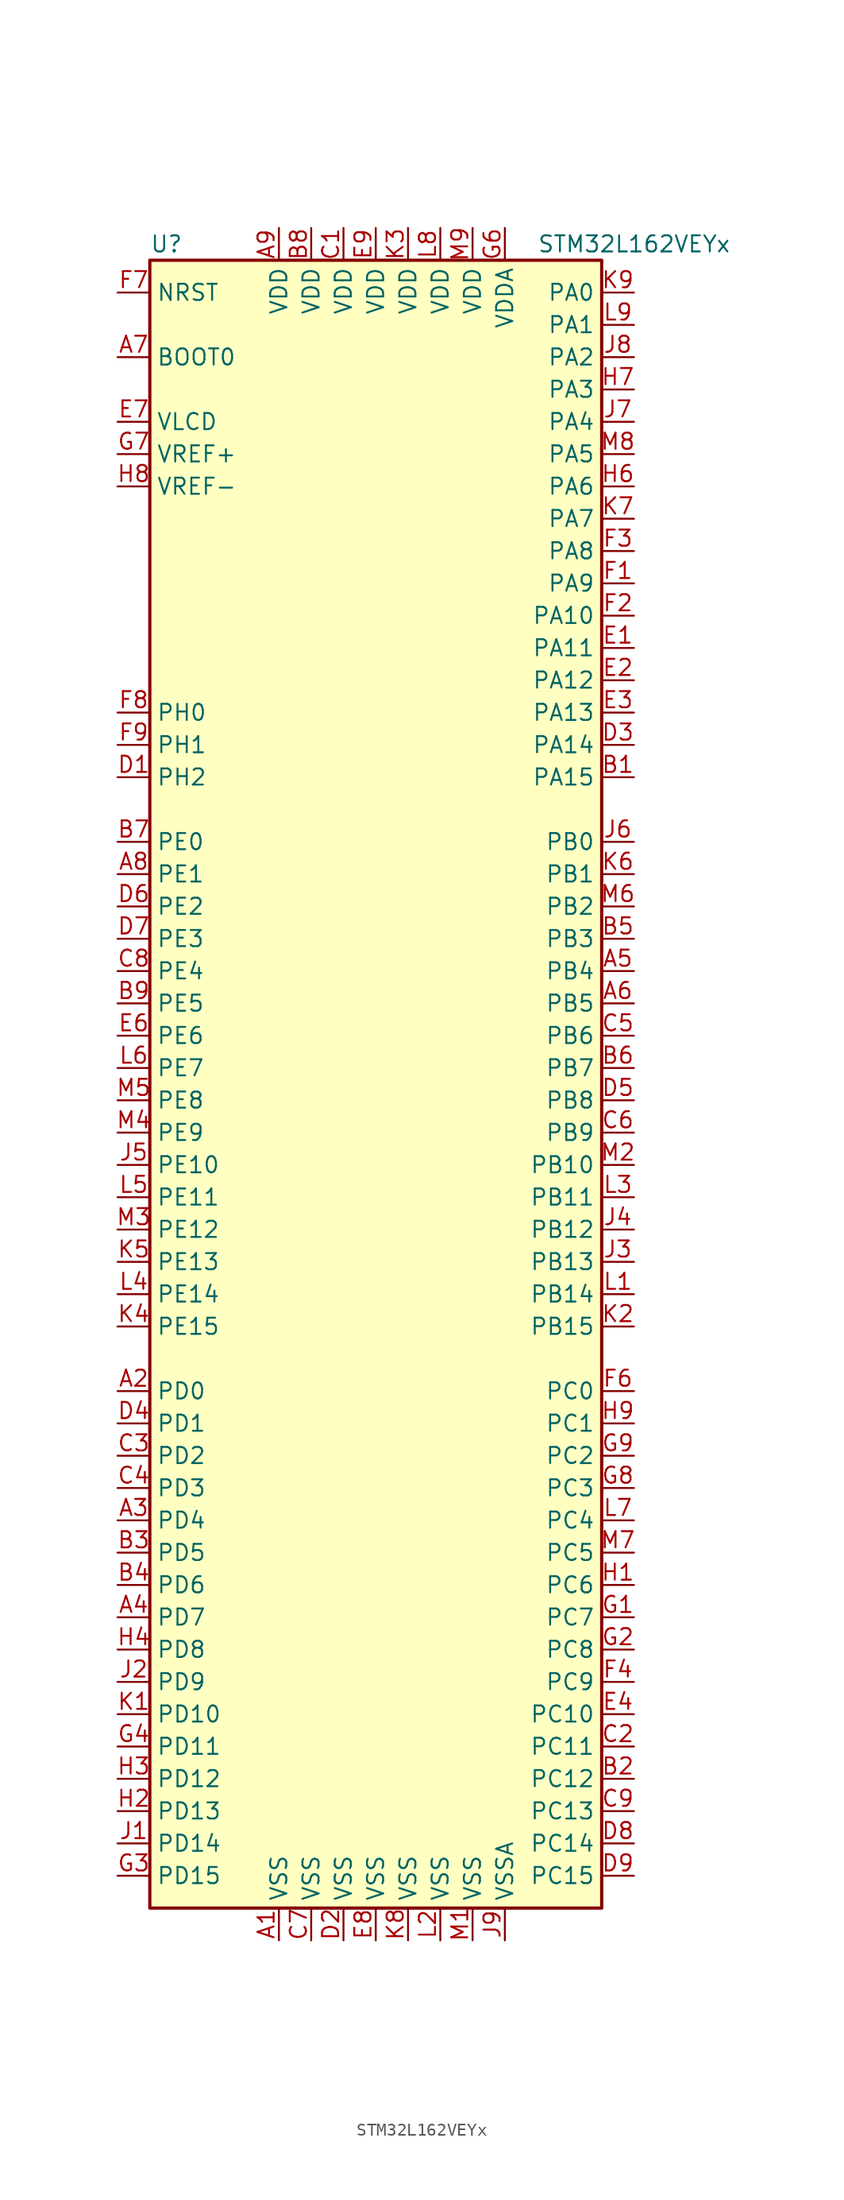
<source format=kicad_sym>
(kicad_symbol_lib
  (version 20201005)
  (generator kicad_symbol_editor)
  (symbol "STM32L162VEYx"
    (property "Reference" "U"
      (at -17.78 64.77 0)
      (effects (font (size 1.27 1.27)) (justify left)))
    (property "Value" "STM32L162VEYx"
      (at 12.7 64.77 0)
      (effects (font (size 1.27 1.27)) (justify left)))
    (symbol "STM32L162VEYx_0_1"
      (rectangle (start -17.78 -66.04) (end 17.78 63.5) (stroke (width 0.254)) (fill (type background))))
    (symbol "STM32L162VEYx_1_1"
      (pin input line (at -20.32 55.88 0) (length 2.54) (name "BOOT0" (effects (font (size 1.27 1.27)))) (number "A7" (effects (font (size 1.27 1.27)))))
      (pin input line (at -20.32 60.96 0) (length 2.54) (name "NRST" (effects (font (size 1.27 1.27)))) (number "F7" (effects (font (size 1.27 1.27)))))
      (pin bidirectional line (at 20.32 60.96 180) (length 2.54) (name "PA0" (effects (font (size 1.27 1.27)))) (number "K9" (effects (font (size 1.27 1.27)))))
      (pin bidirectional line (at 20.32 58.42 180) (length 2.54) (name "PA1" (effects (font (size 1.27 1.27)))) (number "L9" (effects (font (size 1.27 1.27)))))
      (pin bidirectional line (at 20.32 35.56 180) (length 2.54) (name "PA10" (effects (font (size 1.27 1.27)))) (number "F2" (effects (font (size 1.27 1.27)))))
      (pin bidirectional line (at 20.32 33.02 180) (length 2.54) (name "PA11" (effects (font (size 1.27 1.27)))) (number "E1" (effects (font (size 1.27 1.27)))))
      (pin bidirectional line (at 20.32 30.48 180) (length 2.54) (name "PA12" (effects (font (size 1.27 1.27)))) (number "E2" (effects (font (size 1.27 1.27)))))
      (pin bidirectional line (at 20.32 27.94 180) (length 2.54) (name "PA13" (effects (font (size 1.27 1.27)))) (number "E3" (effects (font (size 1.27 1.27)))))
      (pin bidirectional line (at 20.32 25.4 180) (length 2.54) (name "PA14" (effects (font (size 1.27 1.27)))) (number "D3" (effects (font (size 1.27 1.27)))))
      (pin bidirectional line (at 20.32 22.86 180) (length 2.54) (name "PA15" (effects (font (size 1.27 1.27)))) (number "B1" (effects (font (size 1.27 1.27)))))
      (pin bidirectional line (at 20.32 55.88 180) (length 2.54) (name "PA2" (effects (font (size 1.27 1.27)))) (number "J8" (effects (font (size 1.27 1.27)))))
      (pin bidirectional line (at 20.32 53.34 180) (length 2.54) (name "PA3" (effects (font (size 1.27 1.27)))) (number "H7" (effects (font (size 1.27 1.27)))))
      (pin bidirectional line (at 20.32 50.8 180) (length 2.54) (name "PA4" (effects (font (size 1.27 1.27)))) (number "J7" (effects (font (size 1.27 1.27)))))
      (pin bidirectional line (at 20.32 48.26 180) (length 2.54) (name "PA5" (effects (font (size 1.27 1.27)))) (number "M8" (effects (font (size 1.27 1.27)))))
      (pin bidirectional line (at 20.32 45.72 180) (length 2.54) (name "PA6" (effects (font (size 1.27 1.27)))) (number "H6" (effects (font (size 1.27 1.27)))))
      (pin bidirectional line (at 20.32 43.18 180) (length 2.54) (name "PA7" (effects (font (size 1.27 1.27)))) (number "K7" (effects (font (size 1.27 1.27)))))
      (pin bidirectional line (at 20.32 40.64 180) (length 2.54) (name "PA8" (effects (font (size 1.27 1.27)))) (number "F3" (effects (font (size 1.27 1.27)))))
      (pin bidirectional line (at 20.32 38.1 180) (length 2.54) (name "PA9" (effects (font (size 1.27 1.27)))) (number "F1" (effects (font (size 1.27 1.27)))))
      (pin bidirectional line (at 20.32 17.78 180) (length 2.54) (name "PB0" (effects (font (size 1.27 1.27)))) (number "J6" (effects (font (size 1.27 1.27)))))
      (pin bidirectional line (at 20.32 15.24 180) (length 2.54) (name "PB1" (effects (font (size 1.27 1.27)))) (number "K6" (effects (font (size 1.27 1.27)))))
      (pin bidirectional line (at 20.32 -7.62 180) (length 2.54) (name "PB10" (effects (font (size 1.27 1.27)))) (number "M2" (effects (font (size 1.27 1.27)))))
      (pin bidirectional line (at 20.32 -10.16 180) (length 2.54) (name "PB11" (effects (font (size 1.27 1.27)))) (number "L3" (effects (font (size 1.27 1.27)))))
      (pin bidirectional line (at 20.32 -12.7 180) (length 2.54) (name "PB12" (effects (font (size 1.27 1.27)))) (number "J4" (effects (font (size 1.27 1.27)))))
      (pin bidirectional line (at 20.32 -15.24 180) (length 2.54) (name "PB13" (effects (font (size 1.27 1.27)))) (number "J3" (effects (font (size 1.27 1.27)))))
      (pin bidirectional line (at 20.32 -17.78 180) (length 2.54) (name "PB14" (effects (font (size 1.27 1.27)))) (number "L1" (effects (font (size 1.27 1.27)))))
      (pin bidirectional line (at 20.32 -20.32 180) (length 2.54) (name "PB15" (effects (font (size 1.27 1.27)))) (number "K2" (effects (font (size 1.27 1.27)))))
      (pin bidirectional line (at 20.32 12.7 180) (length 2.54) (name "PB2" (effects (font (size 1.27 1.27)))) (number "M6" (effects (font (size 1.27 1.27)))))
      (pin bidirectional line (at 20.32 10.16 180) (length 2.54) (name "PB3" (effects (font (size 1.27 1.27)))) (number "B5" (effects (font (size 1.27 1.27)))))
      (pin bidirectional line (at 20.32 7.62 180) (length 2.54) (name "PB4" (effects (font (size 1.27 1.27)))) (number "A5" (effects (font (size 1.27 1.27)))))
      (pin bidirectional line (at 20.32 5.08 180) (length 2.54) (name "PB5" (effects (font (size 1.27 1.27)))) (number "A6" (effects (font (size 1.27 1.27)))))
      (pin bidirectional line (at 20.32 2.54 180) (length 2.54) (name "PB6" (effects (font (size 1.27 1.27)))) (number "C5" (effects (font (size 1.27 1.27)))))
      (pin bidirectional line (at 20.32 0 180) (length 2.54) (name "PB7" (effects (font (size 1.27 1.27)))) (number "B6" (effects (font (size 1.27 1.27)))))
      (pin bidirectional line (at 20.32 -2.54 180) (length 2.54) (name "PB8" (effects (font (size 1.27 1.27)))) (number "D5" (effects (font (size 1.27 1.27)))))
      (pin bidirectional line (at 20.32 -5.08 180) (length 2.54) (name "PB9" (effects (font (size 1.27 1.27)))) (number "C6" (effects (font (size 1.27 1.27)))))
      (pin bidirectional line (at 20.32 -25.4 180) (length 2.54) (name "PC0" (effects (font (size 1.27 1.27)))) (number "F6" (effects (font (size 1.27 1.27)))))
      (pin bidirectional line (at 20.32 -27.94 180) (length 2.54) (name "PC1" (effects (font (size 1.27 1.27)))) (number "H9" (effects (font (size 1.27 1.27)))))
      (pin bidirectional line (at 20.32 -50.8 180) (length 2.54) (name "PC10" (effects (font (size 1.27 1.27)))) (number "E4" (effects (font (size 1.27 1.27)))))
      (pin bidirectional line (at 20.32 -53.34 180) (length 2.54) (name "PC11" (effects (font (size 1.27 1.27)))) (number "C2" (effects (font (size 1.27 1.27)))))
      (pin bidirectional line (at 20.32 -55.88 180) (length 2.54) (name "PC12" (effects (font (size 1.27 1.27)))) (number "B2" (effects (font (size 1.27 1.27)))))
      (pin bidirectional line (at 20.32 -58.42 180) (length 2.54) (name "PC13" (effects (font (size 1.27 1.27)))) (number "C9" (effects (font (size 1.27 1.27)))))
      (pin bidirectional line (at 20.32 -60.96 180) (length 2.54) (name "PC14" (effects (font (size 1.27 1.27)))) (number "D8" (effects (font (size 1.27 1.27)))))
      (pin bidirectional line (at 20.32 -63.5 180) (length 2.54) (name "PC15" (effects (font (size 1.27 1.27)))) (number "D9" (effects (font (size 1.27 1.27)))))
      (pin bidirectional line (at 20.32 -30.48 180) (length 2.54) (name "PC2" (effects (font (size 1.27 1.27)))) (number "G9" (effects (font (size 1.27 1.27)))))
      (pin bidirectional line (at 20.32 -33.02 180) (length 2.54) (name "PC3" (effects (font (size 1.27 1.27)))) (number "G8" (effects (font (size 1.27 1.27)))))
      (pin bidirectional line (at 20.32 -35.56 180) (length 2.54) (name "PC4" (effects (font (size 1.27 1.27)))) (number "L7" (effects (font (size 1.27 1.27)))))
      (pin bidirectional line (at 20.32 -38.1 180) (length 2.54) (name "PC5" (effects (font (size 1.27 1.27)))) (number "M7" (effects (font (size 1.27 1.27)))))
      (pin bidirectional line (at 20.32 -40.64 180) (length 2.54) (name "PC6" (effects (font (size 1.27 1.27)))) (number "H1" (effects (font (size 1.27 1.27)))))
      (pin bidirectional line (at 20.32 -43.18 180) (length 2.54) (name "PC7" (effects (font (size 1.27 1.27)))) (number "G1" (effects (font (size 1.27 1.27)))))
      (pin bidirectional line (at 20.32 -45.72 180) (length 2.54) (name "PC8" (effects (font (size 1.27 1.27)))) (number "G2" (effects (font (size 1.27 1.27)))))
      (pin bidirectional line (at 20.32 -48.26 180) (length 2.54) (name "PC9" (effects (font (size 1.27 1.27)))) (number "F4" (effects (font (size 1.27 1.27)))))
      (pin bidirectional line (at -20.32 -25.4 0) (length 2.54) (name "PD0" (effects (font (size 1.27 1.27)))) (number "A2" (effects (font (size 1.27 1.27)))))
      (pin bidirectional line (at -20.32 -27.94 0) (length 2.54) (name "PD1" (effects (font (size 1.27 1.27)))) (number "D4" (effects (font (size 1.27 1.27)))))
      (pin bidirectional line (at -20.32 -50.8 0) (length 2.54) (name "PD10" (effects (font (size 1.27 1.27)))) (number "K1" (effects (font (size 1.27 1.27)))))
      (pin bidirectional line (at -20.32 -53.34 0) (length 2.54) (name "PD11" (effects (font (size 1.27 1.27)))) (number "G4" (effects (font (size 1.27 1.27)))))
      (pin bidirectional line (at -20.32 -55.88 0) (length 2.54) (name "PD12" (effects (font (size 1.27 1.27)))) (number "H3" (effects (font (size 1.27 1.27)))))
      (pin bidirectional line (at -20.32 -58.42 0) (length 2.54) (name "PD13" (effects (font (size 1.27 1.27)))) (number "H2" (effects (font (size 1.27 1.27)))))
      (pin bidirectional line (at -20.32 -60.96 0) (length 2.54) (name "PD14" (effects (font (size 1.27 1.27)))) (number "J1" (effects (font (size 1.27 1.27)))))
      (pin bidirectional line (at -20.32 -63.5 0) (length 2.54) (name "PD15" (effects (font (size 1.27 1.27)))) (number "G3" (effects (font (size 1.27 1.27)))))
      (pin bidirectional line (at -20.32 -30.48 0) (length 2.54) (name "PD2" (effects (font (size 1.27 1.27)))) (number "C3" (effects (font (size 1.27 1.27)))))
      (pin bidirectional line (at -20.32 -33.02 0) (length 2.54) (name "PD3" (effects (font (size 1.27 1.27)))) (number "C4" (effects (font (size 1.27 1.27)))))
      (pin bidirectional line (at -20.32 -35.56 0) (length 2.54) (name "PD4" (effects (font (size 1.27 1.27)))) (number "A3" (effects (font (size 1.27 1.27)))))
      (pin bidirectional line (at -20.32 -38.1 0) (length 2.54) (name "PD5" (effects (font (size 1.27 1.27)))) (number "B3" (effects (font (size 1.27 1.27)))))
      (pin bidirectional line (at -20.32 -40.64 0) (length 2.54) (name "PD6" (effects (font (size 1.27 1.27)))) (number "B4" (effects (font (size 1.27 1.27)))))
      (pin bidirectional line (at -20.32 -43.18 0) (length 2.54) (name "PD7" (effects (font (size 1.27 1.27)))) (number "A4" (effects (font (size 1.27 1.27)))))
      (pin bidirectional line (at -20.32 -45.72 0) (length 2.54) (name "PD8" (effects (font (size 1.27 1.27)))) (number "H4" (effects (font (size 1.27 1.27)))))
      (pin bidirectional line (at -20.32 -48.26 0) (length 2.54) (name "PD9" (effects (font (size 1.27 1.27)))) (number "J2" (effects (font (size 1.27 1.27)))))
      (pin bidirectional line (at -20.32 17.78 0) (length 2.54) (name "PE0" (effects (font (size 1.27 1.27)))) (number "B7" (effects (font (size 1.27 1.27)))))
      (pin bidirectional line (at -20.32 15.24 0) (length 2.54) (name "PE1" (effects (font (size 1.27 1.27)))) (number "A8" (effects (font (size 1.27 1.27)))))
      (pin bidirectional line (at -20.32 -7.62 0) (length 2.54) (name "PE10" (effects (font (size 1.27 1.27)))) (number "J5" (effects (font (size 1.27 1.27)))))
      (pin bidirectional line (at -20.32 -10.16 0) (length 2.54) (name "PE11" (effects (font (size 1.27 1.27)))) (number "L5" (effects (font (size 1.27 1.27)))))
      (pin bidirectional line (at -20.32 -12.7 0) (length 2.54) (name "PE12" (effects (font (size 1.27 1.27)))) (number "M3" (effects (font (size 1.27 1.27)))))
      (pin bidirectional line (at -20.32 -15.24 0) (length 2.54) (name "PE13" (effects (font (size 1.27 1.27)))) (number "K5" (effects (font (size 1.27 1.27)))))
      (pin bidirectional line (at -20.32 -17.78 0) (length 2.54) (name "PE14" (effects (font (size 1.27 1.27)))) (number "L4" (effects (font (size 1.27 1.27)))))
      (pin bidirectional line (at -20.32 -20.32 0) (length 2.54) (name "PE15" (effects (font (size 1.27 1.27)))) (number "K4" (effects (font (size 1.27 1.27)))))
      (pin bidirectional line (at -20.32 12.7 0) (length 2.54) (name "PE2" (effects (font (size 1.27 1.27)))) (number "D6" (effects (font (size 1.27 1.27)))))
      (pin bidirectional line (at -20.32 10.16 0) (length 2.54) (name "PE3" (effects (font (size 1.27 1.27)))) (number "D7" (effects (font (size 1.27 1.27)))))
      (pin bidirectional line (at -20.32 7.62 0) (length 2.54) (name "PE4" (effects (font (size 1.27 1.27)))) (number "C8" (effects (font (size 1.27 1.27)))))
      (pin bidirectional line (at -20.32 5.08 0) (length 2.54) (name "PE5" (effects (font (size 1.27 1.27)))) (number "B9" (effects (font (size 1.27 1.27)))))
      (pin bidirectional line (at -20.32 2.54 0) (length 2.54) (name "PE6" (effects (font (size 1.27 1.27)))) (number "E6" (effects (font (size 1.27 1.27)))))
      (pin bidirectional line (at -20.32 0 0) (length 2.54) (name "PE7" (effects (font (size 1.27 1.27)))) (number "L6" (effects (font (size 1.27 1.27)))))
      (pin bidirectional line (at -20.32 -2.54 0) (length 2.54) (name "PE8" (effects (font (size 1.27 1.27)))) (number "M5" (effects (font (size 1.27 1.27)))))
      (pin bidirectional line (at -20.32 -5.08 0) (length 2.54) (name "PE9" (effects (font (size 1.27 1.27)))) (number "M4" (effects (font (size 1.27 1.27)))))
      (pin input line (at -20.32 27.94 0) (length 2.54) (name "PH0" (effects (font (size 1.27 1.27)))) (number "F8" (effects (font (size 1.27 1.27)))))
      (pin input line (at -20.32 25.4 0) (length 2.54) (name "PH1" (effects (font (size 1.27 1.27)))) (number "F9" (effects (font (size 1.27 1.27)))))
      (pin bidirectional line (at -20.32 22.86 0) (length 2.54) (name "PH2" (effects (font (size 1.27 1.27)))) (number "D1" (effects (font (size 1.27 1.27)))))
      (pin power_in line (at -7.62 66.04 270) (length 2.54) (name "VDD" (effects (font (size 1.27 1.27)))) (number "A9" (effects (font (size 1.27 1.27)))))
      (pin power_in line (at -5.08 66.04 270) (length 2.54) (name "VDD" (effects (font (size 1.27 1.27)))) (number "B8" (effects (font (size 1.27 1.27)))))
      (pin power_in line (at -2.54 66.04 270) (length 2.54) (name "VDD" (effects (font (size 1.27 1.27)))) (number "C1" (effects (font (size 1.27 1.27)))))
      (pin power_in line (at 0 66.04 270) (length 2.54) (name "VDD" (effects (font (size 1.27 1.27)))) (number "E9" (effects (font (size 1.27 1.27)))))
      (pin power_in line (at 2.54 66.04 270) (length 2.54) (name "VDD" (effects (font (size 1.27 1.27)))) (number "K3" (effects (font (size 1.27 1.27)))))
      (pin power_in line (at 5.08 66.04 270) (length 2.54) (name "VDD" (effects (font (size 1.27 1.27)))) (number "L8" (effects (font (size 1.27 1.27)))))
      (pin power_in line (at 7.62 66.04 270) (length 2.54) (name "VDD" (effects (font (size 1.27 1.27)))) (number "M9" (effects (font (size 1.27 1.27)))))
      (pin power_in line (at 10.16 66.04 270) (length 2.54) (name "VDDA" (effects (font (size 1.27 1.27)))) (number "G6" (effects (font (size 1.27 1.27)))))
      (pin power_in line (at -20.32 50.8 0) (length 2.54) (name "VLCD" (effects (font (size 1.27 1.27)))) (number "E7" (effects (font (size 1.27 1.27)))))
      (pin power_in line (at -20.32 48.26 0) (length 2.54) (name "VREF+" (effects (font (size 1.27 1.27)))) (number "G7" (effects (font (size 1.27 1.27)))))
      (pin power_in line (at -20.32 45.72 0) (length 2.54) (name "VREF-" (effects (font (size 1.27 1.27)))) (number "H8" (effects (font (size 1.27 1.27)))))
      (pin power_in line (at -7.62 -68.58 90) (length 2.54) (name "VSS" (effects (font (size 1.27 1.27)))) (number "A1" (effects (font (size 1.27 1.27)))))
      (pin power_in line (at -5.08 -68.58 90) (length 2.54) (name "VSS" (effects (font (size 1.27 1.27)))) (number "C7" (effects (font (size 1.27 1.27)))))
      (pin power_in line (at -2.54 -68.58 90) (length 2.54) (name "VSS" (effects (font (size 1.27 1.27)))) (number "D2" (effects (font (size 1.27 1.27)))))
      (pin power_in line (at 0 -68.58 90) (length 2.54) (name "VSS" (effects (font (size 1.27 1.27)))) (number "E8" (effects (font (size 1.27 1.27)))))
      (pin power_in line (at 2.54 -68.58 90) (length 2.54) (name "VSS" (effects (font (size 1.27 1.27)))) (number "K8" (effects (font (size 1.27 1.27)))))
      (pin power_in line (at 5.08 -68.58 90) (length 2.54) (name "VSS" (effects (font (size 1.27 1.27)))) (number "L2" (effects (font (size 1.27 1.27)))))
      (pin power_in line (at 7.62 -68.58 90) (length 2.54) (name "VSS" (effects (font (size 1.27 1.27)))) (number "M1" (effects (font (size 1.27 1.27)))))
      (pin power_in line (at 10.16 -68.58 90) (length 2.54) (name "VSSA" (effects (font (size 1.27 1.27)))) (number "J9" (effects (font (size 1.27 1.27))))))))
</source>
